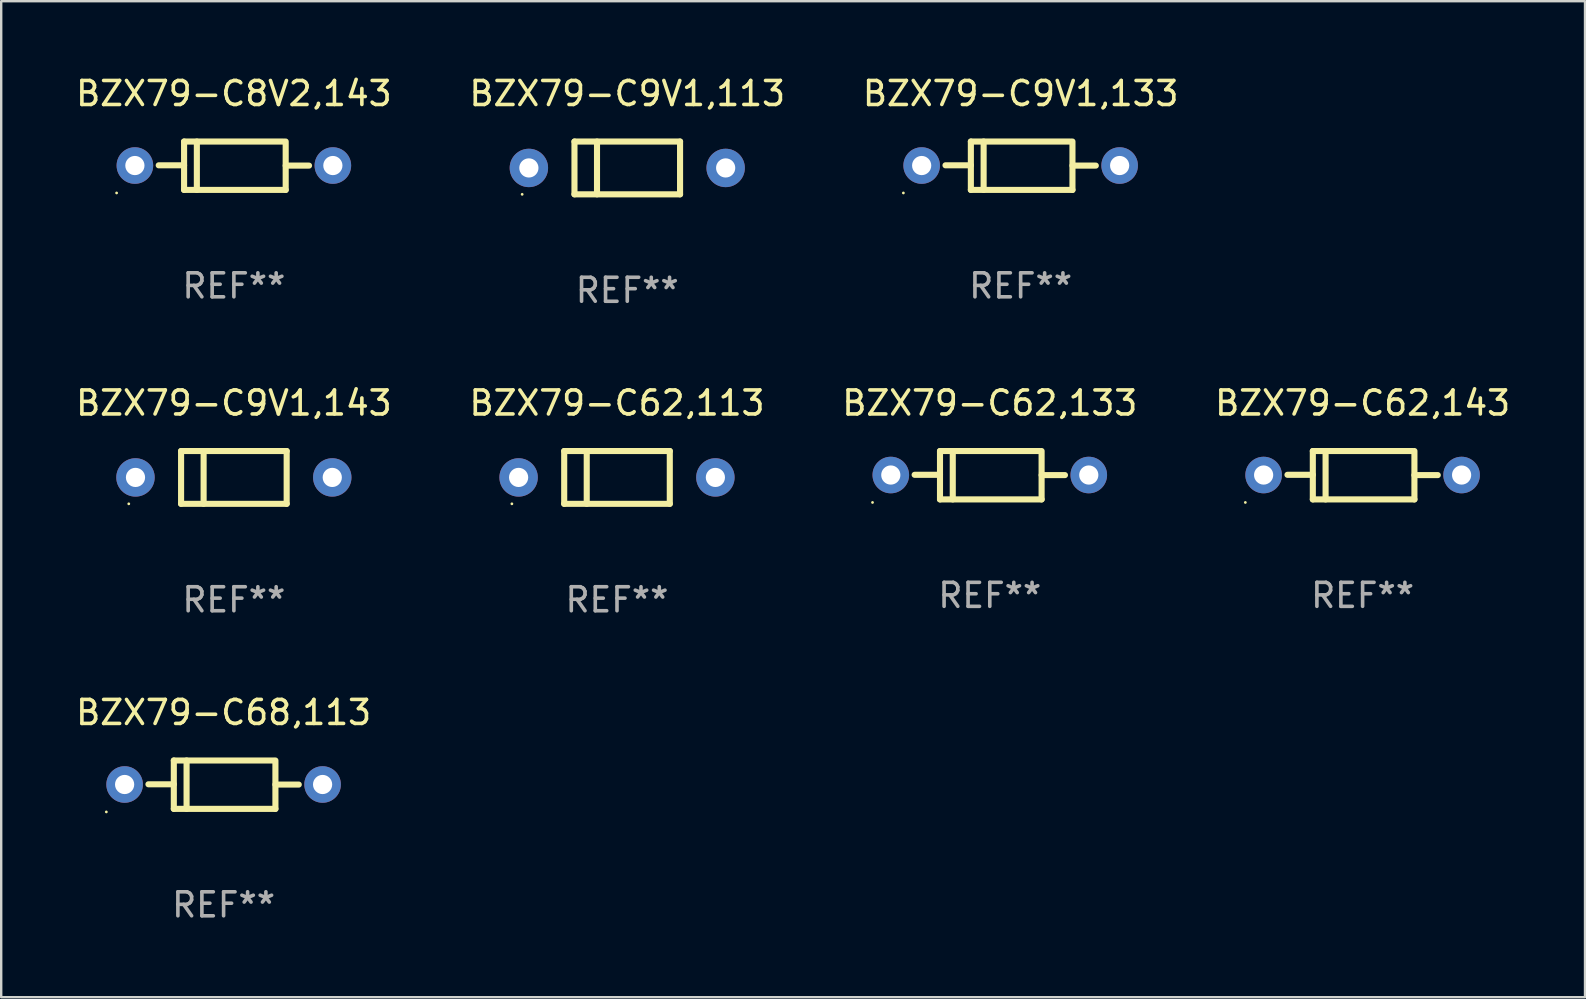
<source format=kicad_pcb>
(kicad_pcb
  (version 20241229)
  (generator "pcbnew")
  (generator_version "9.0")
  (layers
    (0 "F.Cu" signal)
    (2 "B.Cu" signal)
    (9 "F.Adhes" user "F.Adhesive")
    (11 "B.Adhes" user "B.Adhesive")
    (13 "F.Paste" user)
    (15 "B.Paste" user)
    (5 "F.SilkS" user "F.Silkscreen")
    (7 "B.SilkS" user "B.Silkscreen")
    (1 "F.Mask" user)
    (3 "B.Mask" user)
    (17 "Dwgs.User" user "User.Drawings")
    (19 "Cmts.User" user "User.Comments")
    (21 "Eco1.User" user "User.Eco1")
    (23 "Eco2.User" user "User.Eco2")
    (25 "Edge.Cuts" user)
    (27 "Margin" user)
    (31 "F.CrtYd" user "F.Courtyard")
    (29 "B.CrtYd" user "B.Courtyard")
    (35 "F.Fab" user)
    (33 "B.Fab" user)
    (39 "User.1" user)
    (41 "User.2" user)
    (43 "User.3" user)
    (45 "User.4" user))
  (footprint "BZX79-C8V2,143"
    (layer "F.Cu")
    (at 6.696 3.856)
    (property "Reference" "BZX79-C8V2,143" (at 0 -3.008 0) (layer "F.SilkS") (effects (font (size 1 1) (thickness 0.15))))
    (attr through_hole)
    (fp_line (start -2.075 -1.008) (end -2.075 1.008) (stroke (width 0.254) (type solid)) (layer "F.SilkS"))
    (fp_line (start -2.075 -0.017) (end -3.132 -0.017) (stroke (width 0.254) (type solid)) (layer "F.SilkS"))
    (fp_line (start -2.075 1.008) (end 2.159 1.008) (stroke (width 0.254) (type solid)) (layer "F.SilkS"))
    (fp_line (start -1.543 -1.008) (end -1.543 1.008) (stroke (width 0.254) (type solid)) (layer "F.SilkS"))
    (fp_line (start 2.075 -1.008) (end -2.075 -1.008) (stroke (width 0.254) (type solid)) (layer "F.SilkS"))
    (fp_line (start 2.159 -0.005) (end 3.132 -0.005) (stroke (width 0.254) (type solid)) (layer "F.SilkS"))
    (fp_line (start 2.159 1.008) (end 2.159 -1.008) (stroke (width 0.254) (type solid)) (layer "F.SilkS"))
    (fp_circle (center -4.887 1.135) (end -4.857 1.135) (stroke (width 0.06) (type solid)) (fill no) (layer "F.SilkS"))
    (fp_text user "REF**" (at 0 5.008 0) (layer "F.Fab") (effects (font (size 1 1) (thickness 0.15))))
    (pad "1" thru_hole circle (at -4.125 -0.008) (size 1.524 1.524) (drill 0.8) (layers "*.Cu" "*.Mask"))
    (pad "2" thru_hole circle (at 4.125 -0.008) (size 1.524 1.524) (drill 0.8) (layers "*.Cu" "*.Mask")))
  (footprint "BZX79-C9V1,143"
    (layer "F.Cu")
    (at 6.696 16.845)
    (property "Reference" "BZX79-C9V1,143" (at 0 -3.1 0) (layer "F.SilkS") (effects (font (size 1 1) (thickness 0.15))))
    (attr through_hole)
    (fp_line (start -2.2 -1.1) (end -2.2 1.1) (stroke (width 0.254) (type solid)) (layer "F.SilkS"))
    (fp_line (start -2.2 -1.1) (end 2.2 -1.1) (stroke (width 0.254) (type solid)) (layer "F.SilkS"))
    (fp_line (start -2.2 1.1) (end 2.2 1.1) (stroke (width 0.254) (type solid)) (layer "F.SilkS"))
    (fp_line (start -1.261 -1.1) (end -1.261 1.1) (stroke (width 0.254) (type solid)) (layer "F.SilkS"))
    (fp_line (start 2.2 -1.1) (end 2.2 1.1) (stroke (width 0.254) (type solid)) (layer "F.SilkS"))
    (fp_circle (center -4.38 1.1) (end -4.35 1.1) (stroke (width 0.06) (type solid)) (fill no) (layer "F.SilkS"))
    (fp_text user "REF**" (at 0 5.1 0) (layer "F.Fab") (effects (font (size 1 1) (thickness 0.15))))
    (pad "1" thru_hole circle (at -4.1 0) (size 1.6 1.6) (drill 0.8) (layers "*.Cu" "*.Mask"))
    (pad "2" thru_hole circle (at 4.1 0) (size 1.6 1.6) (drill 0.8) (layers "*.Cu" "*.Mask")))
  (footprint "BZX79-C62,143"
    (layer "F.Cu")
    (at 53.732 16.753)
    (property "Reference" "BZX79-C62,143" (at 0 -3.008 0) (layer "F.SilkS") (effects (font (size 1 1) (thickness 0.15))))
    (attr through_hole)
    (fp_line (start -2.075 -1.008) (end -2.075 1.008) (stroke (width 0.254) (type solid)) (layer "F.SilkS"))
    (fp_line (start -2.075 -0.017) (end -3.132 -0.017) (stroke (width 0.254) (type solid)) (layer "F.SilkS"))
    (fp_line (start -2.075 1.008) (end 2.159 1.008) (stroke (width 0.254) (type solid)) (layer "F.SilkS"))
    (fp_line (start -1.543 -1.008) (end -1.543 1.008) (stroke (width 0.254) (type solid)) (layer "F.SilkS"))
    (fp_line (start 2.075 -1.008) (end -2.075 -1.008) (stroke (width 0.254) (type solid)) (layer "F.SilkS"))
    (fp_line (start 2.159 -0.005) (end 3.132 -0.005) (stroke (width 0.254) (type solid)) (layer "F.SilkS"))
    (fp_line (start 2.159 1.008) (end 2.159 -1.008) (stroke (width 0.254) (type solid)) (layer "F.SilkS"))
    (fp_circle (center -4.887 1.135) (end -4.857 1.135) (stroke (width 0.06) (type solid)) (fill no) (layer "F.SilkS"))
    (fp_text user "REF**" (at 0 5.008 0) (layer "F.Fab") (effects (font (size 1 1) (thickness 0.15))))
    (pad "1" thru_hole circle (at -4.125 -0.008) (size 1.524 1.524) (drill 0.8) (layers "*.Cu" "*.Mask"))
    (pad "2" thru_hole circle (at 4.125 -0.008) (size 1.524 1.524) (drill 0.8) (layers "*.Cu" "*.Mask")))
  (footprint "BZX79-C9V1,113"
    (layer "F.Cu")
    (at 23.089 3.948)
    (property "Reference" "BZX79-C9V1,113" (at 0 -3.1 0) (layer "F.SilkS") (effects (font (size 1 1) (thickness 0.15))))
    (attr through_hole)
    (fp_line (start -2.2 -1.1) (end -2.2 1.1) (stroke (width 0.254) (type solid)) (layer "F.SilkS"))
    (fp_line (start -2.2 -1.1) (end 2.2 -1.1) (stroke (width 0.254) (type solid)) (layer "F.SilkS"))
    (fp_line (start -2.2 1.1) (end 2.2 1.1) (stroke (width 0.254) (type solid)) (layer "F.SilkS"))
    (fp_line (start -1.261 -1.1) (end -1.261 1.1) (stroke (width 0.254) (type solid)) (layer "F.SilkS"))
    (fp_line (start 2.2 -1.1) (end 2.2 1.1) (stroke (width 0.254) (type solid)) (layer "F.SilkS"))
    (fp_circle (center -4.38 1.1) (end -4.35 1.1) (stroke (width 0.06) (type solid)) (fill no) (layer "F.SilkS"))
    (fp_text user "REF**" (at 0 5.1 0) (layer "F.Fab") (effects (font (size 1 1) (thickness 0.15))))
    (pad "1" thru_hole circle (at -4.1 0) (size 1.6 1.6) (drill 0.8) (layers "*.Cu" "*.Mask"))
    (pad "2" thru_hole circle (at 4.1 0) (size 1.6 1.6) (drill 0.8) (layers "*.Cu" "*.Mask")))
  (footprint "BZX79-C62,113"
    (layer "F.Cu")
    (at 22.661 16.845)
    (property "Reference" "BZX79-C62,113" (at 0 -3.1 0) (layer "F.SilkS") (effects (font (size 1 1) (thickness 0.15))))
    (attr through_hole)
    (fp_line (start -2.2 -1.1) (end -2.2 1.1) (stroke (width 0.254) (type solid)) (layer "F.SilkS"))
    (fp_line (start -2.2 -1.1) (end 2.2 -1.1) (stroke (width 0.254) (type solid)) (layer "F.SilkS"))
    (fp_line (start -2.2 1.1) (end 2.2 1.1) (stroke (width 0.254) (type solid)) (layer "F.SilkS"))
    (fp_line (start -1.261 -1.1) (end -1.261 1.1) (stroke (width 0.254) (type solid)) (layer "F.SilkS"))
    (fp_line (start 2.2 -1.1) (end 2.2 1.1) (stroke (width 0.254) (type solid)) (layer "F.SilkS"))
    (fp_circle (center -4.38 1.1) (end -4.35 1.1) (stroke (width 0.06) (type solid)) (fill no) (layer "F.SilkS"))
    (fp_text user "REF**" (at 0 5.1 0) (layer "F.Fab") (effects (font (size 1 1) (thickness 0.15))))
    (pad "1" thru_hole circle (at -4.1 0) (size 1.6 1.6) (drill 0.8) (layers "*.Cu" "*.Mask"))
    (pad "2" thru_hole circle (at 4.1 0) (size 1.6 1.6) (drill 0.8) (layers "*.Cu" "*.Mask")))
  (footprint "BZX79-C9V1,133"
    (layer "F.Cu")
    (at 39.482 3.856)
    (property "Reference" "BZX79-C9V1,133" (at 0 -3.008 0) (layer "F.SilkS") (effects (font (size 1 1) (thickness 0.15))))
    (attr through_hole)
    (fp_line (start -2.075 -1.008) (end -2.075 1.008) (stroke (width 0.254) (type solid)) (layer "F.SilkS"))
    (fp_line (start -2.075 -0.017) (end -3.132 -0.017) (stroke (width 0.254) (type solid)) (layer "F.SilkS"))
    (fp_line (start -2.075 1.008) (end 2.159 1.008) (stroke (width 0.254) (type solid)) (layer "F.SilkS"))
    (fp_line (start -1.543 -1.008) (end -1.543 1.008) (stroke (width 0.254) (type solid)) (layer "F.SilkS"))
    (fp_line (start 2.075 -1.008) (end -2.075 -1.008) (stroke (width 0.254) (type solid)) (layer "F.SilkS"))
    (fp_line (start 2.159 -0.005) (end 3.132 -0.005) (stroke (width 0.254) (type solid)) (layer "F.SilkS"))
    (fp_line (start 2.159 1.008) (end 2.159 -1.008) (stroke (width 0.254) (type solid)) (layer "F.SilkS"))
    (fp_circle (center -4.887 1.135) (end -4.857 1.135) (stroke (width 0.06) (type solid)) (fill no) (layer "F.SilkS"))
    (fp_text user "REF**" (at 0 5.008 0) (layer "F.Fab") (effects (font (size 1 1) (thickness 0.15))))
    (pad "1" thru_hole circle (at -4.125 -0.008) (size 1.524 1.524) (drill 0.8) (layers "*.Cu" "*.Mask"))
    (pad "2" thru_hole circle (at 4.125 -0.008) (size 1.524 1.524) (drill 0.8) (layers "*.Cu" "*.Mask")))
  (footprint "BZX79-C68,113"
    (layer "F.Cu")
    (at 6.268 29.649)
    (property "Reference" "BZX79-C68,113" (at 0 -3.008 0) (layer "F.SilkS") (effects (font (size 1 1) (thickness 0.15))))
    (attr through_hole)
    (fp_line (start -2.075 -1.008) (end -2.075 1.008) (stroke (width 0.254) (type solid)) (layer "F.SilkS"))
    (fp_line (start -2.075 -0.017) (end -3.132 -0.017) (stroke (width 0.254) (type solid)) (layer "F.SilkS"))
    (fp_line (start -2.075 1.008) (end 2.159 1.008) (stroke (width 0.254) (type solid)) (layer "F.SilkS"))
    (fp_line (start -1.543 -1.008) (end -1.543 1.008) (stroke (width 0.254) (type solid)) (layer "F.SilkS"))
    (fp_line (start 2.075 -1.008) (end -2.075 -1.008) (stroke (width 0.254) (type solid)) (layer "F.SilkS"))
    (fp_line (start 2.159 -0.005) (end 3.132 -0.005) (stroke (width 0.254) (type solid)) (layer "F.SilkS"))
    (fp_line (start 2.159 1.008) (end 2.159 -1.008) (stroke (width 0.254) (type solid)) (layer "F.SilkS"))
    (fp_circle (center -4.887 1.135) (end -4.857 1.135) (stroke (width 0.06) (type solid)) (fill no) (layer "F.SilkS"))
    (fp_text user "REF**" (at 0 5.008 0) (layer "F.Fab") (effects (font (size 1 1) (thickness 0.15))))
    (pad "1" thru_hole circle (at -4.125 -0.008) (size 1.524 1.524) (drill 0.8) (layers "*.Cu" "*.Mask"))
    (pad "2" thru_hole circle (at 4.125 -0.008) (size 1.524 1.524) (drill 0.8) (layers "*.Cu" "*.Mask")))
  (footprint "BZX79-C62,133"
    (layer "F.Cu")
    (at 38.196 16.753)
    (property "Reference" "BZX79-C62,133" (at 0 -3.008 0) (layer "F.SilkS") (effects (font (size 1 1) (thickness 0.15))))
    (attr through_hole)
    (fp_line (start -2.075 -1.008) (end -2.075 1.008) (stroke (width 0.254) (type solid)) (layer "F.SilkS"))
    (fp_line (start -2.075 -0.017) (end -3.132 -0.017) (stroke (width 0.254) (type solid)) (layer "F.SilkS"))
    (fp_line (start -2.075 1.008) (end 2.159 1.008) (stroke (width 0.254) (type solid)) (layer "F.SilkS"))
    (fp_line (start -1.543 -1.008) (end -1.543 1.008) (stroke (width 0.254) (type solid)) (layer "F.SilkS"))
    (fp_line (start 2.075 -1.008) (end -2.075 -1.008) (stroke (width 0.254) (type solid)) (layer "F.SilkS"))
    (fp_line (start 2.159 -0.005) (end 3.132 -0.005) (stroke (width 0.254) (type solid)) (layer "F.SilkS"))
    (fp_line (start 2.159 1.008) (end 2.159 -1.008) (stroke (width 0.254) (type solid)) (layer "F.SilkS"))
    (fp_circle (center -4.887 1.135) (end -4.857 1.135) (stroke (width 0.06) (type solid)) (fill no) (layer "F.SilkS"))
    (fp_text user "REF**" (at 0 5.008 0) (layer "F.Fab") (effects (font (size 1 1) (thickness 0.15))))
    (pad "1" thru_hole circle (at -4.125 -0.008) (size 1.524 1.524) (drill 0.8) (layers "*.Cu" "*.Mask"))
    (pad "2" thru_hole circle (at 4.125 -0.008) (size 1.524 1.524) (drill 0.8) (layers "*.Cu" "*.Mask")))
  (gr_rect
    (start -3 -3)
    (end 63 38.506)
    (stroke (width 0.1) (type default))
    (fill no)
    (layer "Edge.Cuts")))
</source>
